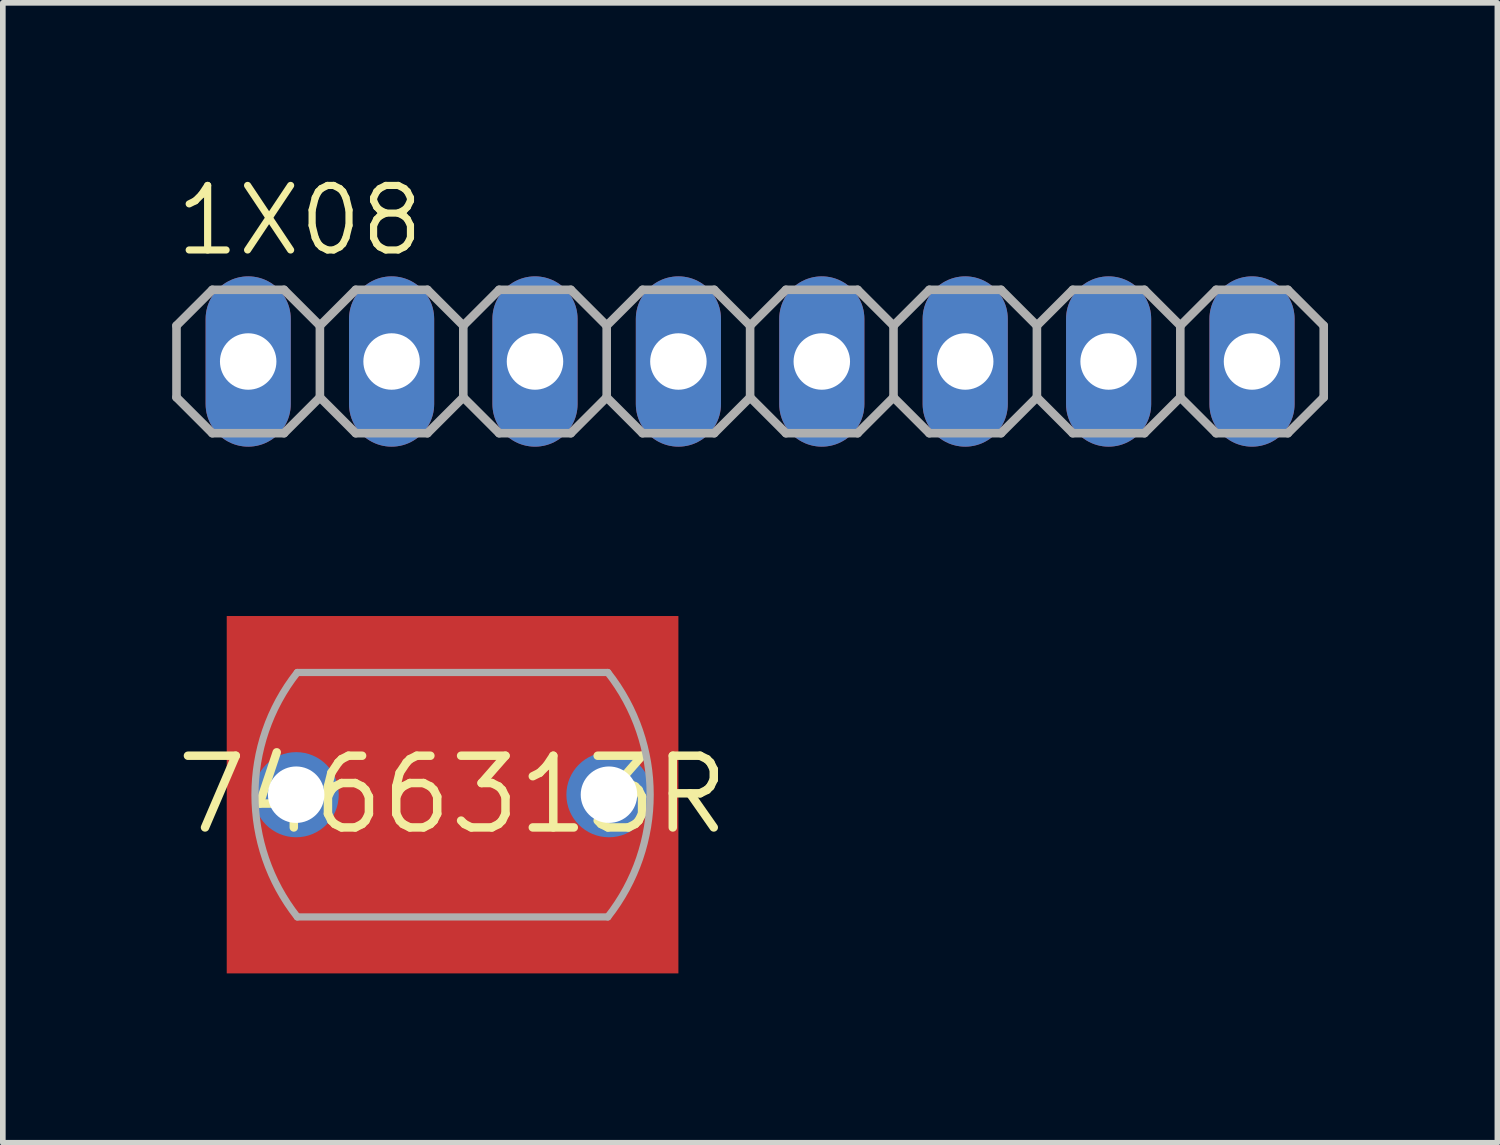
<source format=kicad_pcb>
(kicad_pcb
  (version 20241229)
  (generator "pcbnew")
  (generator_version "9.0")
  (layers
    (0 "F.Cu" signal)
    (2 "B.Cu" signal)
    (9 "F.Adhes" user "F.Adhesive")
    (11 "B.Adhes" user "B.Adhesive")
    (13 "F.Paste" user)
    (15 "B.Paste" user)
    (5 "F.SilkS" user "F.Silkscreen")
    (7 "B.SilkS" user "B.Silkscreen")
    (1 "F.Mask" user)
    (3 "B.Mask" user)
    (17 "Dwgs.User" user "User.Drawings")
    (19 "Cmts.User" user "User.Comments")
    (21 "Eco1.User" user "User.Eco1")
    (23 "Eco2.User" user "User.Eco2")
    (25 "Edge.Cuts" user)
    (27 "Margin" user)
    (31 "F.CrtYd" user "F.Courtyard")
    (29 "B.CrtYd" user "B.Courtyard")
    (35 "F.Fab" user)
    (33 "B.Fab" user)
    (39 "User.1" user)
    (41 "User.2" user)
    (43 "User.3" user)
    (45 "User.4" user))
  (footprint "7466313R"
    (layer "F.Cu")
    (at 4.966 11.026)
    (property "Reference" "7466313R" (at 0 0 0) (layer "F.SilkS") (effects (font (size 1.27 1.27) (thickness 0.15))))
    (fp_line (start -2.75 -2.165) (end 2.75 -2.165) (stroke (width 0.127) (type solid)) (layer "F.Fab"))
    (fp_line (start -2.75 2.165) (end 2.75 2.165) (stroke (width 0.127) (type solid)) (layer "F.Fab"))
    (fp_arc (start -2.75 2.165) (mid -3.499949 0.000001) (end -2.750001 -2.164999) (stroke (width 0.127) (type solid)) (layer "F.Fab"))
    (fp_arc (start 2.75 -2.165) (mid 3.499949 -0.000001) (end 2.750001 2.164999) (stroke (width 0.127) (type solid)) (layer "F.Fab"))
    (pad "H1" thru_hole circle (at -2.77 0) (size 1.508 1.508) (drill 1) (layers "*.Cu" "*.Mask"))
    (pad "H2" thru_hole circle (at 2.77 0) (size 1.508 1.508) (drill 1) (layers "*.Cu" "*.Mask"))
    (pad "P" smd rect (at 0 0) (size 8 6.33) (layers "F.Cu" "F.Mask" "F.Paste")))
  (footprint "1X08"
    (layer "F.Cu")
    (at 10.236 3.353)
    (property "Reference" "1X08" (at -10.236 -1.829 0) (layer "F.SilkS") (effects (font (size 1.143 1.143) (thickness 0.127)) (justify left bottom)))
    (fp_line (start -10.16 -0.635) (end -10.16 0.635) (stroke (width 0.152) (type solid)) (layer "F.Fab"))
    (fp_line (start -10.16 0.635) (end -9.525 1.27) (stroke (width 0.152) (type solid)) (layer "F.Fab"))
    (fp_line (start -9.525 -1.27) (end -10.16 -0.635) (stroke (width 0.152) (type solid)) (layer "F.Fab"))
    (fp_line (start -9.525 -1.27) (end -8.255 -1.27) (stroke (width 0.152) (type solid)) (layer "F.Fab"))
    (fp_line (start -8.255 -1.27) (end -7.62 -0.635) (stroke (width 0.152) (type solid)) (layer "F.Fab"))
    (fp_line (start -8.255 1.27) (end -9.525 1.27) (stroke (width 0.152) (type solid)) (layer "F.Fab"))
    (fp_line (start -7.62 -0.635) (end -7.62 0.635) (stroke (width 0.152) (type solid)) (layer "F.Fab"))
    (fp_line (start -7.62 -0.635) (end -6.985 -1.27) (stroke (width 0.152) (type solid)) (layer "F.Fab"))
    (fp_line (start -7.62 0.635) (end -8.255 1.27) (stroke (width 0.152) (type solid)) (layer "F.Fab"))
    (fp_line (start -6.985 -1.27) (end -5.715 -1.27) (stroke (width 0.152) (type solid)) (layer "F.Fab"))
    (fp_line (start -6.985 1.27) (end -7.62 0.635) (stroke (width 0.152) (type solid)) (layer "F.Fab"))
    (fp_line (start -5.715 -1.27) (end -5.08 -0.635) (stroke (width 0.152) (type solid)) (layer "F.Fab"))
    (fp_line (start -5.715 1.27) (end -6.985 1.27) (stroke (width 0.152) (type solid)) (layer "F.Fab"))
    (fp_line (start -5.08 -0.635) (end -5.08 0.635) (stroke (width 0.152) (type solid)) (layer "F.Fab"))
    (fp_line (start -5.08 -0.635) (end -4.445 -1.27) (stroke (width 0.152) (type solid)) (layer "F.Fab"))
    (fp_line (start -5.08 0.635) (end -5.715 1.27) (stroke (width 0.152) (type solid)) (layer "F.Fab"))
    (fp_line (start -4.445 -1.27) (end -3.175 -1.27) (stroke (width 0.152) (type solid)) (layer "F.Fab"))
    (fp_line (start -4.445 1.27) (end -5.08 0.635) (stroke (width 0.152) (type solid)) (layer "F.Fab"))
    (fp_line (start -3.175 -1.27) (end -2.54 -0.635) (stroke (width 0.152) (type solid)) (layer "F.Fab"))
    (fp_line (start -3.175 1.27) (end -4.445 1.27) (stroke (width 0.152) (type solid)) (layer "F.Fab"))
    (fp_line (start -2.54 -0.635) (end -2.54 0.635) (stroke (width 0.152) (type solid)) (layer "F.Fab"))
    (fp_line (start -2.54 0.635) (end -3.175 1.27) (stroke (width 0.152) (type solid)) (layer "F.Fab"))
    (fp_line (start -2.54 0.635) (end -1.905 1.27) (stroke (width 0.152) (type solid)) (layer "F.Fab"))
    (fp_line (start -1.905 -1.27) (end -2.54 -0.635) (stroke (width 0.152) (type solid)) (layer "F.Fab"))
    (fp_line (start -1.905 -1.27) (end -0.635 -1.27) (stroke (width 0.152) (type solid)) (layer "F.Fab"))
    (fp_line (start -0.635 -1.27) (end 0 -0.635) (stroke (width 0.152) (type solid)) (layer "F.Fab"))
    (fp_line (start -0.635 1.27) (end -1.905 1.27) (stroke (width 0.152) (type solid)) (layer "F.Fab"))
    (fp_line (start 0 -0.635) (end 0 0.635) (stroke (width 0.152) (type solid)) (layer "F.Fab"))
    (fp_line (start 0 -0.635) (end 0.635 -1.27) (stroke (width 0.152) (type solid)) (layer "F.Fab"))
    (fp_line (start 0 0.635) (end -0.635 1.27) (stroke (width 0.152) (type solid)) (layer "F.Fab"))
    (fp_line (start 0.635 -1.27) (end 1.905 -1.27) (stroke (width 0.152) (type solid)) (layer "F.Fab"))
    (fp_line (start 0.635 1.27) (end 0 0.635) (stroke (width 0.152) (type solid)) (layer "F.Fab"))
    (fp_line (start 1.905 -1.27) (end 2.54 -0.635) (stroke (width 0.152) (type solid)) (layer "F.Fab"))
    (fp_line (start 1.905 1.27) (end 0.635 1.27) (stroke (width 0.152) (type solid)) (layer "F.Fab"))
    (fp_line (start 2.54 -0.635) (end 2.54 0.635) (stroke (width 0.152) (type solid)) (layer "F.Fab"))
    (fp_line (start 2.54 -0.635) (end 3.175 -1.27) (stroke (width 0.152) (type solid)) (layer "F.Fab"))
    (fp_line (start 2.54 0.635) (end 1.905 1.27) (stroke (width 0.152) (type solid)) (layer "F.Fab"))
    (fp_line (start 3.175 -1.27) (end 4.445 -1.27) (stroke (width 0.152) (type solid)) (layer "F.Fab"))
    (fp_line (start 3.175 1.27) (end 2.54 0.635) (stroke (width 0.152) (type solid)) (layer "F.Fab"))
    (fp_line (start 4.445 -1.27) (end 5.08 -0.635) (stroke (width 0.152) (type solid)) (layer "F.Fab"))
    (fp_line (start 4.445 1.27) (end 3.175 1.27) (stroke (width 0.152) (type solid)) (layer "F.Fab"))
    (fp_line (start 5.08 -0.635) (end 5.08 0.635) (stroke (width 0.152) (type solid)) (layer "F.Fab"))
    (fp_line (start 5.08 0.635) (end 4.445 1.27) (stroke (width 0.152) (type solid)) (layer "F.Fab"))
    (fp_line (start 5.08 0.635) (end 5.715 1.27) (stroke (width 0.152) (type solid)) (layer "F.Fab"))
    (fp_line (start 5.715 -1.27) (end 5.08 -0.635) (stroke (width 0.152) (type solid)) (layer "F.Fab"))
    (fp_line (start 5.715 -1.27) (end 6.985 -1.27) (stroke (width 0.152) (type solid)) (layer "F.Fab"))
    (fp_line (start 6.985 -1.27) (end 7.62 -0.635) (stroke (width 0.152) (type solid)) (layer "F.Fab"))
    (fp_line (start 6.985 1.27) (end 5.715 1.27) (stroke (width 0.152) (type solid)) (layer "F.Fab"))
    (fp_line (start 7.62 -0.635) (end 7.62 0.635) (stroke (width 0.152) (type solid)) (layer "F.Fab"))
    (fp_line (start 7.62 0.635) (end 6.985 1.27) (stroke (width 0.152) (type solid)) (layer "F.Fab"))
    (fp_line (start 7.62 0.635) (end 8.255 1.27) (stroke (width 0.152) (type solid)) (layer "F.Fab"))
    (fp_line (start 8.255 -1.27) (end 7.62 -0.635) (stroke (width 0.152) (type solid)) (layer "F.Fab"))
    (fp_line (start 8.255 -1.27) (end 9.525 -1.27) (stroke (width 0.152) (type solid)) (layer "F.Fab"))
    (fp_line (start 9.525 -1.27) (end 10.16 -0.635) (stroke (width 0.152) (type solid)) (layer "F.Fab"))
    (fp_line (start 9.525 1.27) (end 8.255 1.27) (stroke (width 0.152) (type solid)) (layer "F.Fab"))
    (fp_line (start 10.16 -0.635) (end 10.16 0.635) (stroke (width 0.152) (type solid)) (layer "F.Fab"))
    (fp_line (start 10.16 0.635) (end 9.525 1.27) (stroke (width 0.152) (type solid)) (layer "F.Fab"))
    (fp_poly (pts (xy -9.144 0.254) (xy -8.636 0.254) (xy -8.636 -0.254) (xy -9.144 -0.254)) (stroke (width 0.1) (type default)) (fill no) (layer "F.Fab"))
    (fp_poly (pts (xy -6.604 0.254) (xy -6.096 0.254) (xy -6.096 -0.254) (xy -6.604 -0.254)) (stroke (width 0.1) (type default)) (fill no) (layer "F.Fab"))
    (fp_poly (pts (xy -4.064 0.254) (xy -3.556 0.254) (xy -3.556 -0.254) (xy -4.064 -0.254)) (stroke (width 0.1) (type default)) (fill no) (layer "F.Fab"))
    (fp_poly (pts (xy -1.524 0.254) (xy -1.016 0.254) (xy -1.016 -0.254) (xy -1.524 -0.254)) (stroke (width 0.1) (type default)) (fill no) (layer "F.Fab"))
    (fp_poly (pts (xy 1.016 0.254) (xy 1.524 0.254) (xy 1.524 -0.254) (xy 1.016 -0.254)) (stroke (width 0.1) (type default)) (fill no) (layer "F.Fab"))
    (fp_poly (pts (xy 3.556 0.254) (xy 4.064 0.254) (xy 4.064 -0.254) (xy 3.556 -0.254)) (stroke (width 0.1) (type default)) (fill no) (layer "F.Fab"))
    (fp_poly (pts (xy 6.096 0.254) (xy 6.604 0.254) (xy 6.604 -0.254) (xy 6.096 -0.254)) (stroke (width 0.1) (type default)) (fill no) (layer "F.Fab"))
    (fp_poly (pts (xy 8.636 0.254) (xy 9.144 0.254) (xy 9.144 -0.254) (xy 8.636 -0.254)) (stroke (width 0.1) (type default)) (fill no) (layer "F.Fab"))
    (pad "1" thru_hole oval (at -8.89 0 90) (size 3.016 1.508) (drill 1) (layers "*.Cu" "*.Mask"))
    (pad "2" thru_hole oval (at -6.35 0 90) (size 3.016 1.508) (drill 1) (layers "*.Cu" "*.Mask"))
    (pad "3" thru_hole oval (at -3.81 0 90) (size 3.016 1.508) (drill 1) (layers "*.Cu" "*.Mask"))
    (pad "4" thru_hole oval (at -1.27 0 90) (size 3.016 1.508) (drill 1) (layers "*.Cu" "*.Mask"))
    (pad "5" thru_hole oval (at 1.27 0 90) (size 3.016 1.508) (drill 1) (layers "*.Cu" "*.Mask"))
    (pad "6" thru_hole oval (at 3.81 0 90) (size 3.016 1.508) (drill 1) (layers "*.Cu" "*.Mask"))
    (pad "7" thru_hole oval (at 6.35 0 90) (size 3.016 1.508) (drill 1) (layers "*.Cu" "*.Mask"))
    (pad "8" thru_hole oval (at 8.89 0 90) (size 3.016 1.508) (drill 1) (layers "*.Cu" "*.Mask")))
  (gr_rect
    (start -3 -3)
    (end 23.472 17.191)
    (stroke (width 0.1) (type default))
    (fill no)
    (layer "Edge.Cuts")))
</source>
